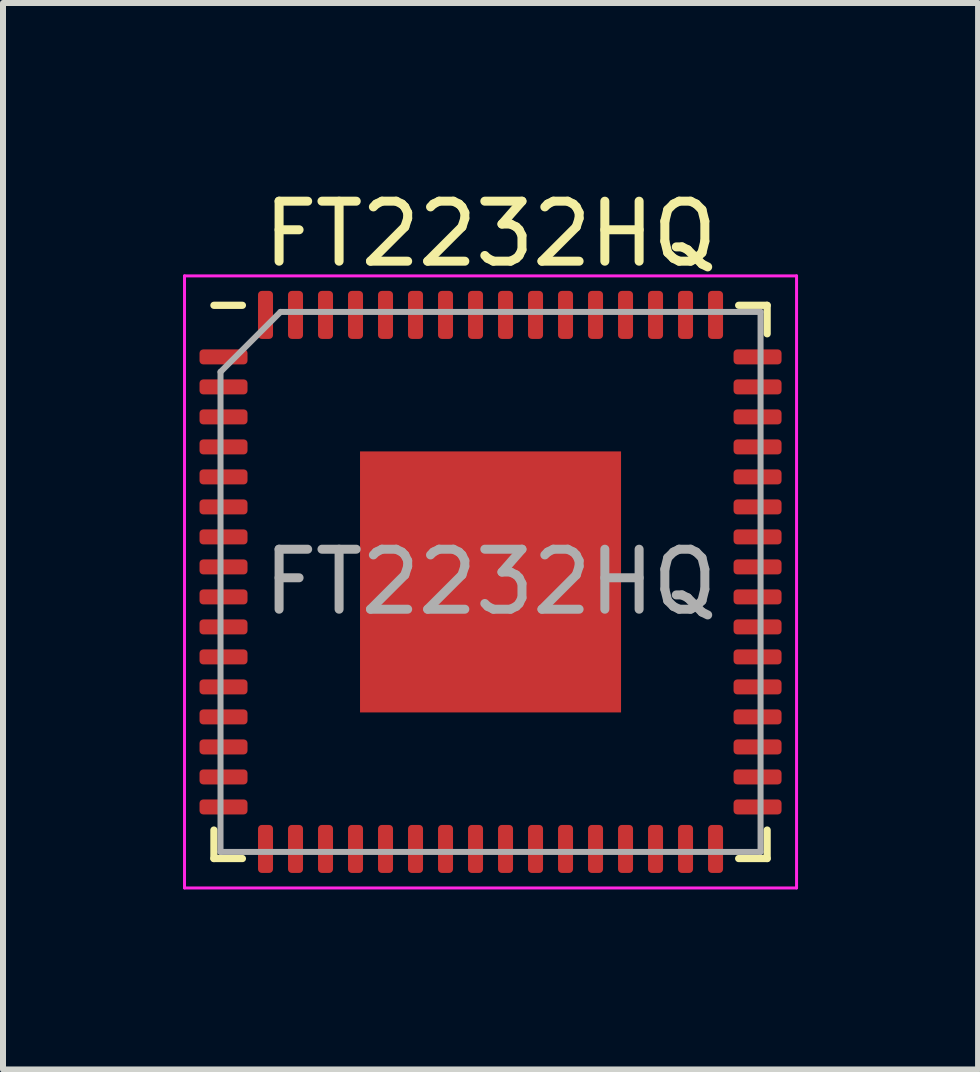
<source format=kicad_pcb>
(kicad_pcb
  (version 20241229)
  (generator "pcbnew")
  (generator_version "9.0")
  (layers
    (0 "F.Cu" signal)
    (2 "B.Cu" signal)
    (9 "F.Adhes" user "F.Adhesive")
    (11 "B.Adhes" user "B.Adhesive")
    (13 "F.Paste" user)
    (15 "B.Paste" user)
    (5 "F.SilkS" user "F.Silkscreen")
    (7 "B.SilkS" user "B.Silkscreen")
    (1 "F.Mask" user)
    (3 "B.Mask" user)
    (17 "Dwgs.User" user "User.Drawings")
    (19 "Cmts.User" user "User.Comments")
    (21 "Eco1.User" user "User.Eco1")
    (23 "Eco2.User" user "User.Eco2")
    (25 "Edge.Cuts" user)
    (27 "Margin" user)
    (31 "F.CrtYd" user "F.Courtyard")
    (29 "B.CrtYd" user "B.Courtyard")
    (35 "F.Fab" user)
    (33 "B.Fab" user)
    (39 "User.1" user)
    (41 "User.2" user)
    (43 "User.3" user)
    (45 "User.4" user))
  (footprint "FT2232HQ"
    (layer "F.Cu")
    (at 5.125 6.648)
    (property "Reference" "FT2232HQ" (at 0 -5.8 0) (layer "F.SilkS") (effects (font (size 1 1) (thickness 0.15))))
    (attr smd)
    (fp_line (start -4.61 4.61) (end -4.61 4.135) (stroke (width 0.12) (type solid)) (layer "F.SilkS"))
    (fp_line (start -4.135 -4.61) (end -4.61 -4.61) (stroke (width 0.12) (type solid)) (layer "F.SilkS"))
    (fp_line (start -4.135 4.61) (end -4.61 4.61) (stroke (width 0.12) (type solid)) (layer "F.SilkS"))
    (fp_line (start 4.135 -4.61) (end 4.61 -4.61) (stroke (width 0.12) (type solid)) (layer "F.SilkS"))
    (fp_line (start 4.135 4.61) (end 4.61 4.61) (stroke (width 0.12) (type solid)) (layer "F.SilkS"))
    (fp_line (start 4.61 -4.61) (end 4.61 -4.135) (stroke (width 0.12) (type solid)) (layer "F.SilkS"))
    (fp_line (start 4.61 4.61) (end 4.61 4.135) (stroke (width 0.12) (type solid)) (layer "F.SilkS"))
    (fp_line (start -5.1 -5.1) (end -5.1 5.1) (stroke (width 0.05) (type solid)) (layer "F.CrtYd"))
    (fp_line (start -5.1 5.1) (end 5.1 5.1) (stroke (width 0.05) (type solid)) (layer "F.CrtYd"))
    (fp_line (start 5.1 -5.1) (end -5.1 -5.1) (stroke (width 0.05) (type solid)) (layer "F.CrtYd"))
    (fp_line (start 5.1 5.1) (end 5.1 -5.1) (stroke (width 0.05) (type solid)) (layer "F.CrtYd"))
    (fp_line (start -4.5 -3.5) (end -3.5 -4.5) (stroke (width 0.1) (type solid)) (layer "F.Fab"))
    (fp_line (start -4.5 4.5) (end -4.5 -3.5) (stroke (width 0.1) (type solid)) (layer "F.Fab"))
    (fp_line (start -3.5 -4.5) (end 4.5 -4.5) (stroke (width 0.1) (type solid)) (layer "F.Fab"))
    (fp_line (start 4.5 -4.5) (end 4.5 4.5) (stroke (width 0.1) (type solid)) (layer "F.Fab"))
    (fp_line (start 4.5 4.5) (end -4.5 4.5) (stroke (width 0.1) (type solid)) (layer "F.Fab"))
    (fp_text user "${REFERENCE}" (at 0 0 0) (layer "F.Fab") (effects (font (size 1 1) (thickness 0.15))))
    (pad "" smd roundrect (at -1.45 -1.45) (size 1.17 1.17) (layers "F.Paste") (roundrect_rratio 0.214))
    (pad "" smd roundrect (at -1.45 0) (size 1.17 1.17) (layers "F.Paste") (roundrect_rratio 0.214))
    (pad "" smd roundrect (at -1.45 1.45) (size 1.17 1.17) (layers "F.Paste") (roundrect_rratio 0.214))
    (pad "" smd roundrect (at 0 -1.45) (size 1.17 1.17) (layers "F.Paste") (roundrect_rratio 0.214))
    (pad "" smd roundrect (at 0 0) (size 1.17 1.17) (layers "F.Paste") (roundrect_rratio 0.214))
    (pad "" smd roundrect (at 0 1.45) (size 1.17 1.17) (layers "F.Paste") (roundrect_rratio 0.214))
    (pad "" smd roundrect (at 1.45 -1.45) (size 1.17 1.17) (layers "F.Paste") (roundrect_rratio 0.214))
    (pad "" smd roundrect (at 1.45 0) (size 1.17 1.17) (layers "F.Paste") (roundrect_rratio 0.214))
    (pad "" smd roundrect (at 1.45 1.45) (size 1.17 1.17) (layers "F.Paste") (roundrect_rratio 0.214))
    (pad "1" smd roundrect (at -4.45 -3.75) (size 0.8 0.25) (layers "F.Cu" "F.Mask" "F.Paste") (roundrect_rratio 0.25))
    (pad "2" smd roundrect (at -4.45 -3.25) (size 0.8 0.25) (layers "F.Cu" "F.Mask" "F.Paste") (roundrect_rratio 0.25))
    (pad "3" smd roundrect (at -4.45 -2.75) (size 0.8 0.25) (layers "F.Cu" "F.Mask" "F.Paste") (roundrect_rratio 0.25))
    (pad "4" smd roundrect (at -4.45 -2.25) (size 0.8 0.25) (layers "F.Cu" "F.Mask" "F.Paste") (roundrect_rratio 0.25))
    (pad "5" smd roundrect (at -4.45 -1.75) (size 0.8 0.25) (layers "F.Cu" "F.Mask" "F.Paste") (roundrect_rratio 0.25))
    (pad "6" smd roundrect (at -4.45 -1.25) (size 0.8 0.25) (layers "F.Cu" "F.Mask" "F.Paste") (roundrect_rratio 0.25))
    (pad "7" smd roundrect (at -4.45 -0.75) (size 0.8 0.25) (layers "F.Cu" "F.Mask" "F.Paste") (roundrect_rratio 0.25))
    (pad "8" smd roundrect (at -4.45 -0.25) (size 0.8 0.25) (layers "F.Cu" "F.Mask" "F.Paste") (roundrect_rratio 0.25))
    (pad "9" smd roundrect (at -4.45 0.25) (size 0.8 0.25) (layers "F.Cu" "F.Mask" "F.Paste") (roundrect_rratio 0.25))
    (pad "10" smd roundrect (at -4.45 0.75) (size 0.8 0.25) (layers "F.Cu" "F.Mask" "F.Paste") (roundrect_rratio 0.25))
    (pad "11" smd roundrect (at -4.45 1.25) (size 0.8 0.25) (layers "F.Cu" "F.Mask" "F.Paste") (roundrect_rratio 0.25))
    (pad "12" smd roundrect (at -4.45 1.75) (size 0.8 0.25) (layers "F.Cu" "F.Mask" "F.Paste") (roundrect_rratio 0.25))
    (pad "13" smd roundrect (at -4.45 2.25) (size 0.8 0.25) (layers "F.Cu" "F.Mask" "F.Paste") (roundrect_rratio 0.25))
    (pad "14" smd roundrect (at -4.45 2.75) (size 0.8 0.25) (layers "F.Cu" "F.Mask" "F.Paste") (roundrect_rratio 0.25))
    (pad "15" smd roundrect (at -4.45 3.25) (size 0.8 0.25) (layers "F.Cu" "F.Mask" "F.Paste") (roundrect_rratio 0.25))
    (pad "16" smd roundrect (at -4.45 3.75) (size 0.8 0.25) (layers "F.Cu" "F.Mask" "F.Paste") (roundrect_rratio 0.25))
    (pad "17" smd roundrect (at -3.75 4.45) (size 0.25 0.8) (layers "F.Cu" "F.Mask" "F.Paste") (roundrect_rratio 0.25))
    (pad "18" smd roundrect (at -3.25 4.45) (size 0.25 0.8) (layers "F.Cu" "F.Mask" "F.Paste") (roundrect_rratio 0.25))
    (pad "19" smd roundrect (at -2.75 4.45) (size 0.25 0.8) (layers "F.Cu" "F.Mask" "F.Paste") (roundrect_rratio 0.25))
    (pad "20" smd roundrect (at -2.25 4.45) (size 0.25 0.8) (layers "F.Cu" "F.Mask" "F.Paste") (roundrect_rratio 0.25))
    (pad "21" smd roundrect (at -1.75 4.45) (size 0.25 0.8) (layers "F.Cu" "F.Mask" "F.Paste") (roundrect_rratio 0.25))
    (pad "22" smd roundrect (at -1.25 4.45) (size 0.25 0.8) (layers "F.Cu" "F.Mask" "F.Paste") (roundrect_rratio 0.25))
    (pad "23" smd roundrect (at -0.75 4.45) (size 0.25 0.8) (layers "F.Cu" "F.Mask" "F.Paste") (roundrect_rratio 0.25))
    (pad "24" smd roundrect (at -0.25 4.45) (size 0.25 0.8) (layers "F.Cu" "F.Mask" "F.Paste") (roundrect_rratio 0.25))
    (pad "25" smd roundrect (at 0.25 4.45) (size 0.25 0.8) (layers "F.Cu" "F.Mask" "F.Paste") (roundrect_rratio 0.25))
    (pad "26" smd roundrect (at 0.75 4.45) (size 0.25 0.8) (layers "F.Cu" "F.Mask" "F.Paste") (roundrect_rratio 0.25))
    (pad "27" smd roundrect (at 1.25 4.45) (size 0.25 0.8) (layers "F.Cu" "F.Mask" "F.Paste") (roundrect_rratio 0.25))
    (pad "28" smd roundrect (at 1.75 4.45) (size 0.25 0.8) (layers "F.Cu" "F.Mask" "F.Paste") (roundrect_rratio 0.25))
    (pad "29" smd roundrect (at 2.25 4.45) (size 0.25 0.8) (layers "F.Cu" "F.Mask" "F.Paste") (roundrect_rratio 0.25))
    (pad "30" smd roundrect (at 2.75 4.45) (size 0.25 0.8) (layers "F.Cu" "F.Mask" "F.Paste") (roundrect_rratio 0.25))
    (pad "31" smd roundrect (at 3.25 4.45) (size 0.25 0.8) (layers "F.Cu" "F.Mask" "F.Paste") (roundrect_rratio 0.25))
    (pad "32" smd roundrect (at 3.75 4.45) (size 0.25 0.8) (layers "F.Cu" "F.Mask" "F.Paste") (roundrect_rratio 0.25))
    (pad "33" smd roundrect (at 4.45 3.75) (size 0.8 0.25) (layers "F.Cu" "F.Mask" "F.Paste") (roundrect_rratio 0.25))
    (pad "34" smd roundrect (at 4.45 3.25) (size 0.8 0.25) (layers "F.Cu" "F.Mask" "F.Paste") (roundrect_rratio 0.25))
    (pad "35" smd roundrect (at 4.45 2.75) (size 0.8 0.25) (layers "F.Cu" "F.Mask" "F.Paste") (roundrect_rratio 0.25))
    (pad "36" smd roundrect (at 4.45 2.25) (size 0.8 0.25) (layers "F.Cu" "F.Mask" "F.Paste") (roundrect_rratio 0.25))
    (pad "37" smd roundrect (at 4.45 1.75) (size 0.8 0.25) (layers "F.Cu" "F.Mask" "F.Paste") (roundrect_rratio 0.25))
    (pad "38" smd roundrect (at 4.45 1.25) (size 0.8 0.25) (layers "F.Cu" "F.Mask" "F.Paste") (roundrect_rratio 0.25))
    (pad "39" smd roundrect (at 4.45 0.75) (size 0.8 0.25) (layers "F.Cu" "F.Mask" "F.Paste") (roundrect_rratio 0.25))
    (pad "40" smd roundrect (at 4.45 0.25) (size 0.8 0.25) (layers "F.Cu" "F.Mask" "F.Paste") (roundrect_rratio 0.25))
    (pad "41" smd roundrect (at 4.45 -0.25) (size 0.8 0.25) (layers "F.Cu" "F.Mask" "F.Paste") (roundrect_rratio 0.25))
    (pad "42" smd roundrect (at 4.45 -0.75) (size 0.8 0.25) (layers "F.Cu" "F.Mask" "F.Paste") (roundrect_rratio 0.25))
    (pad "43" smd roundrect (at 4.45 -1.25) (size 0.8 0.25) (layers "F.Cu" "F.Mask" "F.Paste") (roundrect_rratio 0.25))
    (pad "44" smd roundrect (at 4.45 -1.75) (size 0.8 0.25) (layers "F.Cu" "F.Mask" "F.Paste") (roundrect_rratio 0.25))
    (pad "45" smd roundrect (at 4.45 -2.25) (size 0.8 0.25) (layers "F.Cu" "F.Mask" "F.Paste") (roundrect_rratio 0.25))
    (pad "46" smd roundrect (at 4.45 -2.75) (size 0.8 0.25) (layers "F.Cu" "F.Mask" "F.Paste") (roundrect_rratio 0.25))
    (pad "47" smd roundrect (at 4.45 -3.25) (size 0.8 0.25) (layers "F.Cu" "F.Mask" "F.Paste") (roundrect_rratio 0.25))
    (pad "48" smd roundrect (at 4.45 -3.75) (size 0.8 0.25) (layers "F.Cu" "F.Mask" "F.Paste") (roundrect_rratio 0.25))
    (pad "49" smd roundrect (at 3.75 -4.45) (size 0.25 0.8) (layers "F.Cu" "F.Mask" "F.Paste") (roundrect_rratio 0.25))
    (pad "50" smd roundrect (at 3.25 -4.45) (size 0.25 0.8) (layers "F.Cu" "F.Mask" "F.Paste") (roundrect_rratio 0.25))
    (pad "51" smd roundrect (at 2.75 -4.45) (size 0.25 0.8) (layers "F.Cu" "F.Mask" "F.Paste") (roundrect_rratio 0.25))
    (pad "52" smd roundrect (at 2.25 -4.45) (size 0.25 0.8) (layers "F.Cu" "F.Mask" "F.Paste") (roundrect_rratio 0.25))
    (pad "53" smd roundrect (at 1.75 -4.45) (size 0.25 0.8) (layers "F.Cu" "F.Mask" "F.Paste") (roundrect_rratio 0.25))
    (pad "54" smd roundrect (at 1.25 -4.45) (size 0.25 0.8) (layers "F.Cu" "F.Mask" "F.Paste") (roundrect_rratio 0.25))
    (pad "55" smd roundrect (at 0.75 -4.45) (size 0.25 0.8) (layers "F.Cu" "F.Mask" "F.Paste") (roundrect_rratio 0.25))
    (pad "56" smd roundrect (at 0.25 -4.45) (size 0.25 0.8) (layers "F.Cu" "F.Mask" "F.Paste") (roundrect_rratio 0.25))
    (pad "57" smd roundrect (at -0.25 -4.45) (size 0.25 0.8) (layers "F.Cu" "F.Mask" "F.Paste") (roundrect_rratio 0.25))
    (pad "58" smd roundrect (at -0.75 -4.45) (size 0.25 0.8) (layers "F.Cu" "F.Mask" "F.Paste") (roundrect_rratio 0.25))
    (pad "59" smd roundrect (at -1.25 -4.45) (size 0.25 0.8) (layers "F.Cu" "F.Mask" "F.Paste") (roundrect_rratio 0.25))
    (pad "60" smd roundrect (at -1.75 -4.45) (size 0.25 0.8) (layers "F.Cu" "F.Mask" "F.Paste") (roundrect_rratio 0.25))
    (pad "61" smd roundrect (at -2.25 -4.45) (size 0.25 0.8) (layers "F.Cu" "F.Mask" "F.Paste") (roundrect_rratio 0.25))
    (pad "62" smd roundrect (at -2.75 -4.45) (size 0.25 0.8) (layers "F.Cu" "F.Mask" "F.Paste") (roundrect_rratio 0.25))
    (pad "63" smd roundrect (at -3.25 -4.45) (size 0.25 0.8) (layers "F.Cu" "F.Mask" "F.Paste") (roundrect_rratio 0.25))
    (pad "64" smd roundrect (at -3.75 -4.45) (size 0.25 0.8) (layers "F.Cu" "F.Mask" "F.Paste") (roundrect_rratio 0.25))
    (pad "65" smd rect (at 0 0) (size 4.35 4.35) (layers "F.Cu" "F.Mask")))
  (gr_rect
    (start -3 -3)
    (end 13.25 14.773)
    (stroke (width 0.1) (type default))
    (fill no)
    (layer "Edge.Cuts")))
</source>
